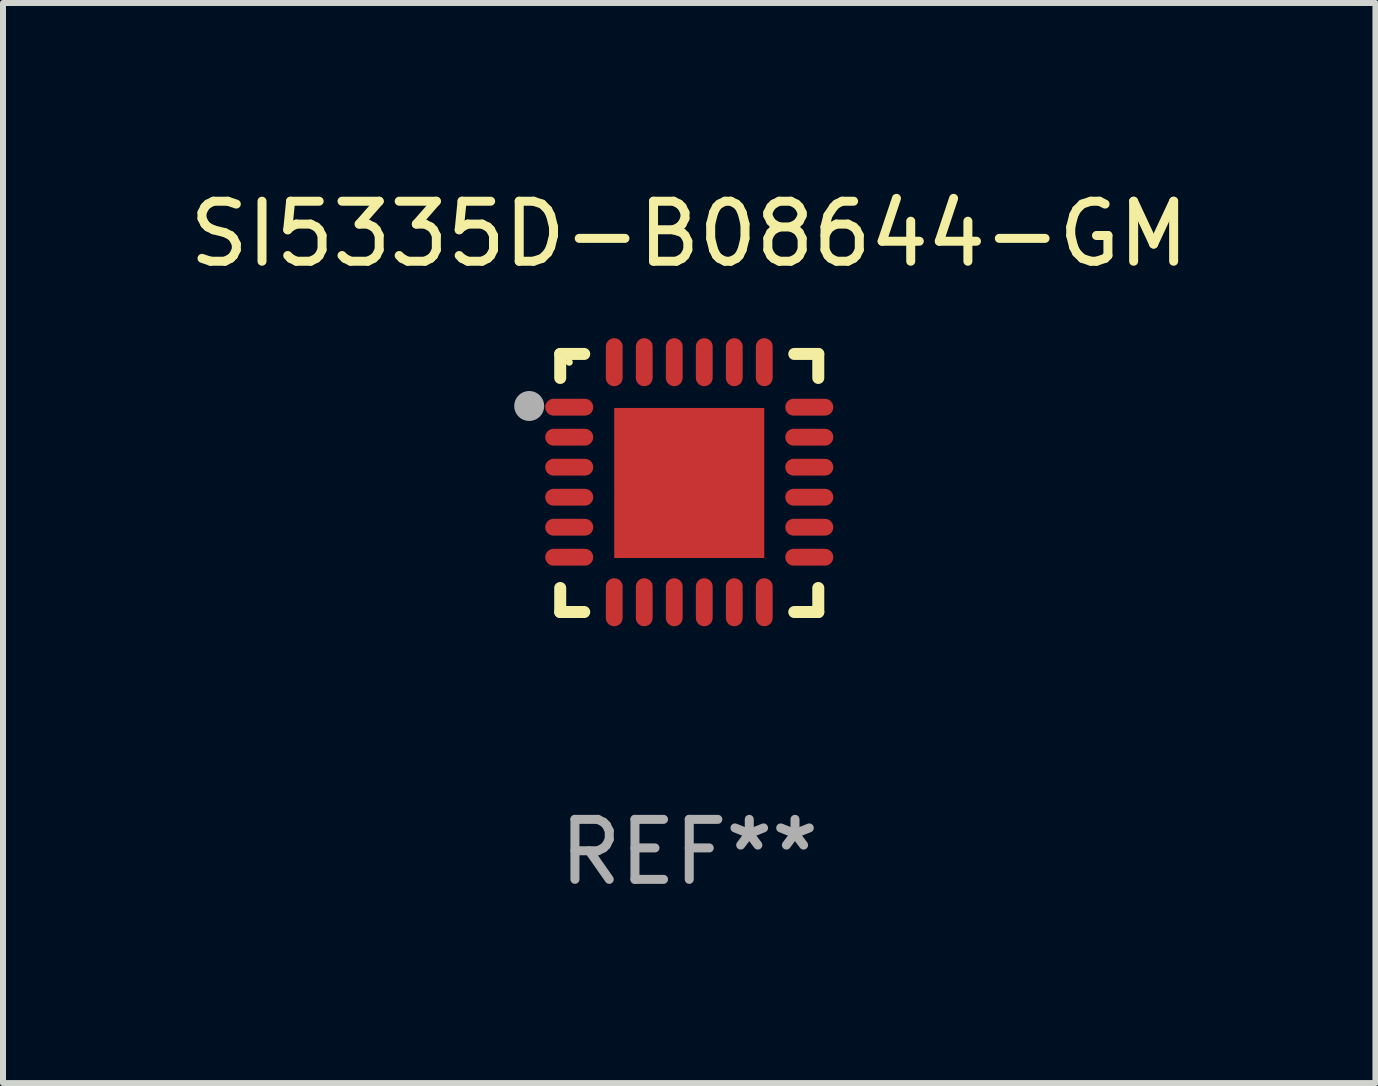
<source format=kicad_pcb>
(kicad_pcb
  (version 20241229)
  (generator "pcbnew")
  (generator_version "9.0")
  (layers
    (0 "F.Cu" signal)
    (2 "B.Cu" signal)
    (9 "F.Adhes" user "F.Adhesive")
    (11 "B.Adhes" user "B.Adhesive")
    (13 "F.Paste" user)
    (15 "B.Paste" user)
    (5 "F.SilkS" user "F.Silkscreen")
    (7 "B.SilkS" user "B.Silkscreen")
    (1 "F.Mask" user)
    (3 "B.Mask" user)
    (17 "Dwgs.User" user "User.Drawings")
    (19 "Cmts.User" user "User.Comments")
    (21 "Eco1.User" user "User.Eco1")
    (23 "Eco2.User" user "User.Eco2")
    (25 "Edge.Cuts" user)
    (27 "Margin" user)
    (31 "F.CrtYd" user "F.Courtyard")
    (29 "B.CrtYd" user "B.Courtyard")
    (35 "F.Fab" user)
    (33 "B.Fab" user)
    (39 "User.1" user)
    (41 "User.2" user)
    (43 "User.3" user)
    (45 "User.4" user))
  (footprint "SI5335D-B08644-GM"
    (layer "F.Cu")
    (at 8.435 4.998)
    (property "Reference" "SI5335D-B08644-GM" (at 0 -4.15 0) (layer "F.SilkS") (effects (font (size 1 1) (thickness 0.15))))
    (attr through_hole)
    (fp_line (start -2.15 -2.15) (end -1.75 -2.15) (stroke (width 0.2) (type solid)) (layer "F.SilkS"))
    (fp_line (start -2.15 -1.75) (end -2.15 -2.15) (stroke (width 0.2) (type solid)) (layer "F.SilkS"))
    (fp_line (start -2.15 2.15) (end -2.15 1.75) (stroke (width 0.2) (type solid)) (layer "F.SilkS"))
    (fp_line (start -1.75 2.15) (end -2.15 2.15) (stroke (width 0.2) (type solid)) (layer "F.SilkS"))
    (fp_line (start 1.75 -2.15) (end 2.15 -2.15) (stroke (width 0.2) (type solid)) (layer "F.SilkS"))
    (fp_line (start 1.75 2.15) (end 2.15 2.15) (stroke (width 0.2) (type solid)) (layer "F.SilkS"))
    (fp_line (start 2.15 -2.15) (end 2.15 -1.75) (stroke (width 0.2) (type solid)) (layer "F.SilkS"))
    (fp_line (start 2.15 2.15) (end 2.15 1.75) (stroke (width 0.2) (type solid)) (layer "F.SilkS"))
    (fp_circle (center -2 -2.013) (end -1.97 -2.013) (stroke (width 0.06) (type solid)) (fill no) (layer "F.SilkS"))
    (fp_circle (center -2.667 -1.283) (end -2.542 -1.283) (stroke (width 0.25) (type solid)) (fill no) (layer "F.Fab"))
    (fp_text user "REF**" (at 0 6.15 0) (layer "F.Fab") (effects (font (size 1 1) (thickness 0.15))))
    (pad "1" smd oval (at -2 -1.263) (size 0.8 0.28) (layers "F.Cu" "F.Mask" "F.Paste"))
    (pad "2" smd oval (at -2 -0.763) (size 0.8 0.28) (layers "F.Cu" "F.Mask" "F.Paste"))
    (pad "3" smd oval (at -2 -0.263) (size 0.8 0.28) (layers "F.Cu" "F.Mask" "F.Paste"))
    (pad "4" smd oval (at -2 0.237) (size 0.8 0.28) (layers "F.Cu" "F.Mask" "F.Paste"))
    (pad "5" smd oval (at -2 0.737) (size 0.8 0.28) (layers "F.Cu" "F.Mask" "F.Paste"))
    (pad "6" smd oval (at -2 1.237) (size 0.8 0.28) (layers "F.Cu" "F.Mask" "F.Paste"))
    (pad "7" smd oval (at -1.25 1.987) (size 0.28 0.8) (layers "F.Cu" "F.Mask" "F.Paste"))
    (pad "8" smd oval (at -0.75 1.987) (size 0.28 0.8) (layers "F.Cu" "F.Mask" "F.Paste"))
    (pad "9" smd oval (at -0.25 1.987) (size 0.28 0.8) (layers "F.Cu" "F.Mask" "F.Paste"))
    (pad "10" smd oval (at 0.25 1.987) (size 0.28 0.8) (layers "F.Cu" "F.Mask" "F.Paste"))
    (pad "11" smd oval (at 0.75 1.987) (size 0.28 0.8) (layers "F.Cu" "F.Mask" "F.Paste"))
    (pad "12" smd oval (at 1.25 1.987) (size 0.28 0.8) (layers "F.Cu" "F.Mask" "F.Paste"))
    (pad "13" smd oval (at 2 1.237) (size 0.8 0.28) (layers "F.Cu" "F.Mask" "F.Paste"))
    (pad "14" smd oval (at 2 0.737) (size 0.8 0.28) (layers "F.Cu" "F.Mask" "F.Paste"))
    (pad "15" smd oval (at 2 0.237) (size 0.8 0.28) (layers "F.Cu" "F.Mask" "F.Paste"))
    (pad "16" smd oval (at 2 -0.263) (size 0.8 0.28) (layers "F.Cu" "F.Mask" "F.Paste"))
    (pad "17" smd oval (at 2 -0.763) (size 0.8 0.28) (layers "F.Cu" "F.Mask" "F.Paste"))
    (pad "18" smd oval (at 2 -1.263) (size 0.8 0.28) (layers "F.Cu" "F.Mask" "F.Paste"))
    (pad "19" smd oval (at 1.25 -2.013) (size 0.28 0.8) (layers "F.Cu" "F.Mask" "F.Paste"))
    (pad "20" smd oval (at 0.75 -2.013) (size 0.28 0.8) (layers "F.Cu" "F.Mask" "F.Paste"))
    (pad "21" smd oval (at 0.25 -2.013) (size 0.28 0.8) (layers "F.Cu" "F.Mask" "F.Paste"))
    (pad "22" smd oval (at -0.25 -2.013) (size 0.28 0.8) (layers "F.Cu" "F.Mask" "F.Paste"))
    (pad "23" smd oval (at -0.75 -2.013) (size 0.28 0.8) (layers "F.Cu" "F.Mask" "F.Paste"))
    (pad "24" smd oval (at -1.25 -2.013) (size 0.28 0.8) (layers "F.Cu" "F.Mask" "F.Paste"))
    (pad "25" smd rect (at -0.000127 -0.00014) (size 2.5 2.5) (layers "F.Cu" "F.Mask" "F.Paste")))
  (gr_rect
    (start -3 -3)
    (end 19.869 14.997)
    (stroke (width 0.1) (type default))
    (fill no)
    (layer "Edge.Cuts")))
</source>
